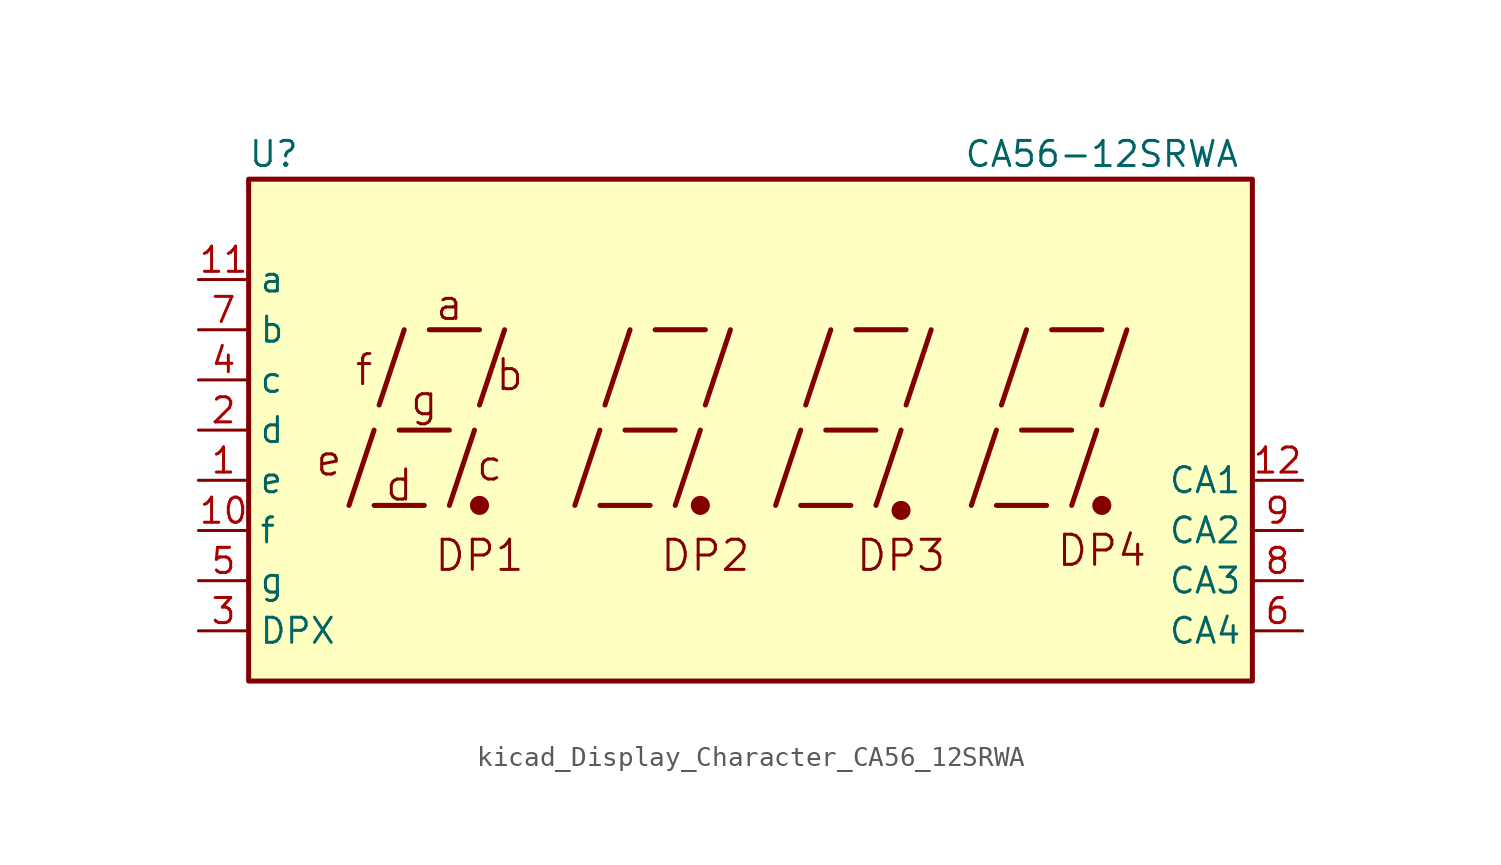
<source format=kicad_sym>
(kicad_symbol_lib
  (version 20220914)
  (generator kicad_symbol_editor)
  (symbol "kicad_Display_Character_CA56_12SRWA"
    (property "Reference" "U"
      (at -24.13 13.97 0)
      (effects (font (size 1.27 1.27))))
    (property "Value" "CA56-12SRWA"
      (at 17.78 13.97 0)
      (effects (font (size 1.27 1.27))))
    (symbol "kicad_Display_Character_CA56_12SRWA_0_0"
      (rectangle (start -25.4 12.7) (end 25.4 -12.7) (stroke (width 0.254) (type default)) (fill (type background)))
      (polyline (pts (xy -20.32 -3.81) (xy -19.05 0)) (stroke (width 0.254) (type default)) (fill (type none)))
      (polyline (pts (xy -19.05 -3.81) (xy -16.51 -3.81)) (stroke (width 0.254) (type default)) (fill (type none)))
      (polyline (pts (xy -18.796 1.27) (xy -17.526 5.08)) (stroke (width 0.254) (type default)) (fill (type none)))
      (polyline (pts (xy -17.78 0) (xy -15.24 0)) (stroke (width 0.254) (type default)) (fill (type none)))
      (polyline (pts (xy -16.256 5.08) (xy -13.716 5.08)) (stroke (width 0.254) (type default)) (fill (type none)))
      (polyline (pts (xy -15.24 -3.81) (xy -13.97 0)) (stroke (width 0.254) (type default)) (fill (type none)))
      (polyline (pts (xy -13.716 1.27) (xy -12.446 5.08)) (stroke (width 0.254) (type default)) (fill (type none)))
      (polyline (pts (xy -8.89 -3.81) (xy -7.62 0)) (stroke (width 0.254) (type default)) (fill (type none)))
      (polyline (pts (xy -7.62 -3.81) (xy -5.08 -3.81)) (stroke (width 0.254) (type default)) (fill (type none)))
      (polyline (pts (xy -7.366 1.27) (xy -6.096 5.08)) (stroke (width 0.254) (type default)) (fill (type none)))
      (polyline (pts (xy -6.35 0) (xy -3.81 0)) (stroke (width 0.254) (type default)) (fill (type none)))
      (polyline (pts (xy -4.826 5.08) (xy -2.286 5.08)) (stroke (width 0.254) (type default)) (fill (type none)))
      (polyline (pts (xy -3.81 -3.81) (xy -2.54 0)) (stroke (width 0.254) (type default)) (fill (type none)))
      (polyline (pts (xy -2.286 1.27) (xy -1.016 5.08)) (stroke (width 0.254) (type default)) (fill (type none)))
      (polyline (pts (xy 1.27 -3.81) (xy 2.54 0)) (stroke (width 0.254) (type default)) (fill (type none)))
      (polyline (pts (xy 2.54 -3.81) (xy 5.08 -3.81)) (stroke (width 0.254) (type default)) (fill (type none)))
      (polyline (pts (xy 2.794 1.27) (xy 4.064 5.08)) (stroke (width 0.254) (type default)) (fill (type none)))
      (polyline (pts (xy 3.81 0) (xy 6.35 0)) (stroke (width 0.254) (type default)) (fill (type none)))
      (polyline (pts (xy 5.334 5.08) (xy 7.874 5.08)) (stroke (width 0.254) (type default)) (fill (type none)))
      (polyline (pts (xy 6.35 -3.81) (xy 7.62 0)) (stroke (width 0.254) (type default)) (fill (type none)))
      (polyline (pts (xy 7.874 1.27) (xy 9.144 5.08)) (stroke (width 0.254) (type default)) (fill (type none)))
      (polyline (pts (xy 11.176 -3.81) (xy 12.446 0)) (stroke (width 0.254) (type default)) (fill (type none)))
      (polyline (pts (xy 12.446 -3.81) (xy 14.986 -3.81)) (stroke (width 0.254) (type default)) (fill (type none)))
      (polyline (pts (xy 12.7 1.27) (xy 13.97 5.08)) (stroke (width 0.254) (type default)) (fill (type none)))
      (polyline (pts (xy 13.716 0) (xy 16.256 0)) (stroke (width 0.254) (type default)) (fill (type none)))
      (polyline (pts (xy 15.24 5.08) (xy 17.78 5.08)) (stroke (width 0.254) (type default)) (fill (type none)))
      (polyline (pts (xy 16.256 -3.81) (xy 17.526 0)) (stroke (width 0.254) (type default)) (fill (type none)))
      (polyline (pts (xy 17.78 1.27) (xy 19.05 5.08)) (stroke (width 0.254) (type default)) (fill (type none)))
      (text "a" (at -15.24 6.35 0) (effects (font (size 1.524 1.524))))
      (text "b" (at -12.192 2.794 0) (effects (font (size 1.524 1.524))))
      (text "c" (at -13.208 -1.778 0) (effects (font (size 1.524 1.524))))
      (text "d" (at -17.78 -2.794 0) (effects (font (size 1.524 1.524))))
      (text "DP1" (at -13.716 -6.35 0) (effects (font (size 1.524 1.524))))
      (text "DP2" (at -2.286 -6.35 0) (effects (font (size 1.524 1.524))))
      (text "DP3" (at 7.62 -6.35 0) (effects (font (size 1.524 1.524))))
      (text "DP4" (at 17.78 -6.096 0) (effects (font (size 1.524 1.524))))
      (text "e" (at -21.336 -1.524 0) (effects (font (size 1.524 1.524))))
      (text "f" (at -19.558 3.048 0) (effects (font (size 1.524 1.524))))
      (text "g" (at -16.51 1.524 0) (effects (font (size 1.524 1.524)))))
    (symbol "kicad_Display_Character_CA56_12SRWA_0_1"
      (circle (center -13.716 -3.81) (radius 0.356) (stroke (width 0.254) (type default)) (fill (type outline)))
      (circle (center -2.54 -3.81) (radius 0.356) (stroke (width 0.254) (type default)) (fill (type outline))))
    (symbol "kicad_Display_Character_CA56_12SRWA_1_0"
      (circle (center 7.62 -4.064) (radius 0.356) (stroke (width 0.254) (type default)) (fill (type outline)))
      (circle (center 17.78 -3.81) (radius 0.356) (stroke (width 0.254) (type default)) (fill (type outline))))
    (symbol "kicad_Display_Character_CA56_12SRWA_1_1"
      (pin input line (at -27.94 -2.54 0) (length 2.54) (name "e" (effects (font (size 1.27 1.27)))) (number "1" (effects (font (size 1.27 1.27)))))
      (pin input line (at -27.94 -5.08 0) (length 2.54) (name "f" (effects (font (size 1.27 1.27)))) (number "10" (effects (font (size 1.27 1.27)))))
      (pin input line (at -27.94 7.62 0) (length 2.54) (name "a" (effects (font (size 1.27 1.27)))) (number "11" (effects (font (size 1.27 1.27)))))
      (pin input line (at 27.94 -2.54 180) (length 2.54) (name "CA1" (effects (font (size 1.27 1.27)))) (number "12" (effects (font (size 1.27 1.27)))))
      (pin input line (at -27.94 0 0) (length 2.54) (name "d" (effects (font (size 1.27 1.27)))) (number "2" (effects (font (size 1.27 1.27)))))
      (pin input line (at -27.94 -10.16 0) (length 2.54) (name "DPX" (effects (font (size 1.27 1.27)))) (number "3" (effects (font (size 1.27 1.27)))))
      (pin input line (at -27.94 2.54 0) (length 2.54) (name "c" (effects (font (size 1.27 1.27)))) (number "4" (effects (font (size 1.27 1.27)))))
      (pin input line (at -27.94 -7.62 0) (length 2.54) (name "g" (effects (font (size 1.27 1.27)))) (number "5" (effects (font (size 1.27 1.27)))))
      (pin input line (at 27.94 -10.16 180) (length 2.54) (name "CA4" (effects (font (size 1.27 1.27)))) (number "6" (effects (font (size 1.27 1.27)))))
      (pin input line (at -27.94 5.08 0) (length 2.54) (name "b" (effects (font (size 1.27 1.27)))) (number "7" (effects (font (size 1.27 1.27)))))
      (pin input line (at 27.94 -7.62 180) (length 2.54) (name "CA3" (effects (font (size 1.27 1.27)))) (number "8" (effects (font (size 1.27 1.27)))))
      (pin input line (at 27.94 -5.08 180) (length 2.54) (name "CA2" (effects (font (size 1.27 1.27)))) (number "9" (effects (font (size 1.27 1.27))))))))
</source>
